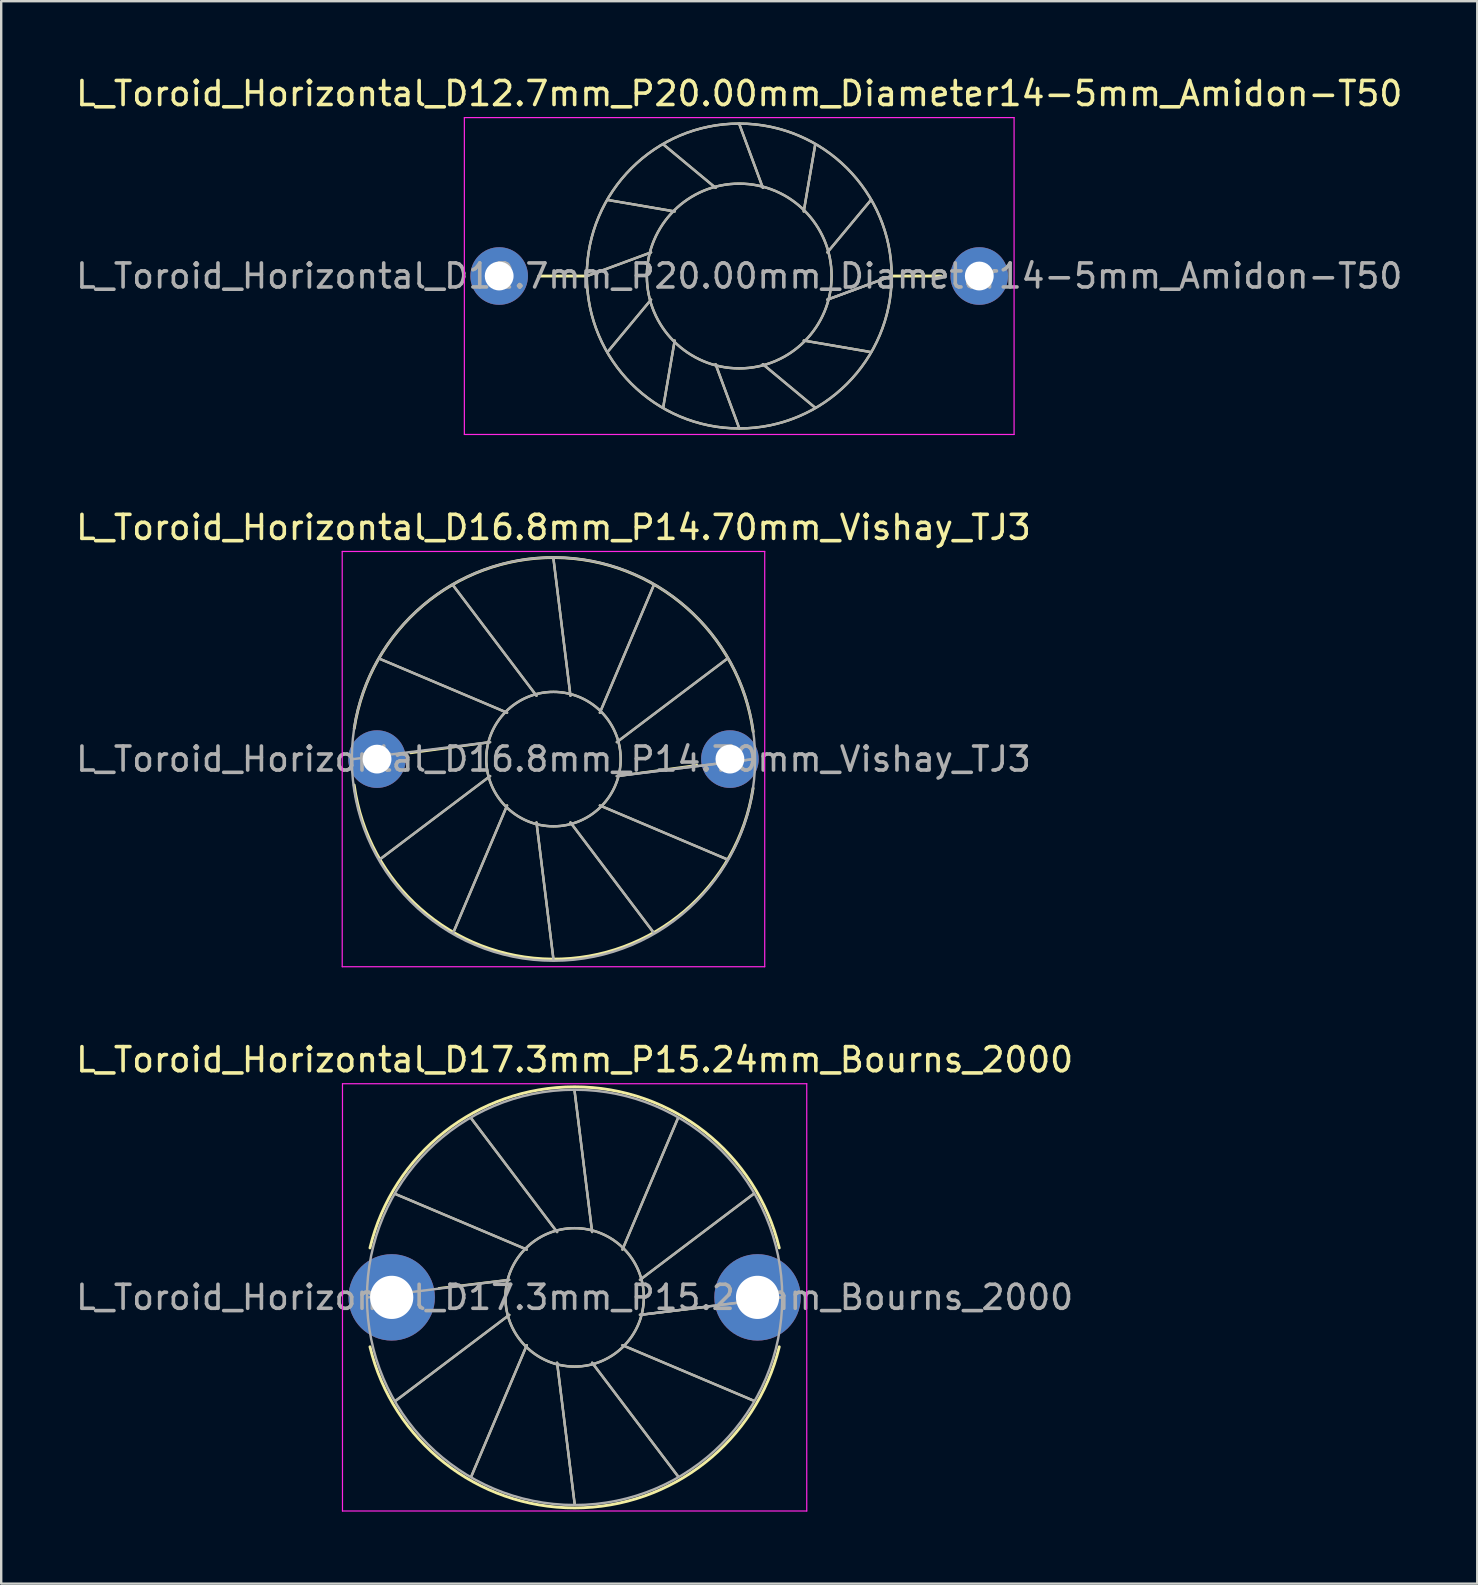
<source format=kicad_pcb>
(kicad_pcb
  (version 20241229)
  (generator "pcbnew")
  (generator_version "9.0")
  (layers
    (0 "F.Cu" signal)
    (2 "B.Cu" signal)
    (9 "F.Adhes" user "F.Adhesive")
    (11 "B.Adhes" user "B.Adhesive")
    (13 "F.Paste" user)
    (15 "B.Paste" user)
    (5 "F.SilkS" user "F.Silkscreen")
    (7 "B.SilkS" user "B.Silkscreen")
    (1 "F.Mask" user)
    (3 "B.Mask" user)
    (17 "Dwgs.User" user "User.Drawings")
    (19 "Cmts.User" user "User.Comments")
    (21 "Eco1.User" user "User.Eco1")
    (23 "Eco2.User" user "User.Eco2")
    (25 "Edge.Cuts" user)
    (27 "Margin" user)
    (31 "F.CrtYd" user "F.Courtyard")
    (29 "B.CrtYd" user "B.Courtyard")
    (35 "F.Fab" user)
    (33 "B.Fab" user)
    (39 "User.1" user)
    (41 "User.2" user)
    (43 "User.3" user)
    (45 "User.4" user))
  (footprint "L_Toroid_Horizontal_D12.7mm_P20.00mm_Diameter14-5mm_Amidon-T50"
    (layer "F.Cu")
    (at 17.744 8.448)
    (property "Reference" "L_Toroid_Horizontal_D12.7mm_P20.00mm_Diameter14-5mm_Amidon-T50" (at 10 -7.6 0) (layer "F.SilkS") (effects (font (size 1 1) (thickness 0.15))))
    (attr through_hole)
    (fp_line (start 3.65 0) (end 1.651 0) (stroke (width 0.12) (type solid)) (layer "F.SilkS"))
    (fp_line (start 3.659 0.001) (end 6.327 -0.984) (stroke (width 0.1) (type solid)) (layer "F.SilkS"))
    (fp_line (start 4.509 -3.17) (end 7.311 -2.689) (stroke (width 0.1) (type solid)) (layer "F.SilkS"))
    (fp_line (start 4.509 3.171) (end 6.327 0.985) (stroke (width 0.1) (type solid)) (layer "F.SilkS"))
    (fp_line (start 6.829 -5.491) (end 9.015 -3.673) (stroke (width 0.1) (type solid)) (layer "F.SilkS"))
    (fp_line (start 6.83 5.491) (end 7.311 2.689) (stroke (width 0.1) (type solid)) (layer "F.SilkS"))
    (fp_line (start 9.999 -6.341) (end 10.984 -3.673) (stroke (width 0.1) (type solid)) (layer "F.SilkS"))
    (fp_line (start 10 6.341) (end 9.016 3.673) (stroke (width 0.1) (type solid)) (layer "F.SilkS"))
    (fp_line (start 13.169 -5.492) (end 12.688 -2.689) (stroke (width 0.1) (type solid)) (layer "F.SilkS"))
    (fp_line (start 13.17 5.491) (end 10.984 3.673) (stroke (width 0.1) (type solid)) (layer "F.SilkS"))
    (fp_line (start 15.491 -3.171) (end 13.673 -0.985) (stroke (width 0.1) (type solid)) (layer "F.SilkS"))
    (fp_line (start 15.491 3.17) (end 12.689 2.689) (stroke (width 0.1) (type solid)) (layer "F.SilkS"))
    (fp_line (start 16.341 0) (end 13.673 0.984) (stroke (width 0.1) (type solid)) (layer "F.SilkS"))
    (fp_line (start 16.35 0) (end 18.415 0) (stroke (width 0.12) (type solid)) (layer "F.SilkS"))
    (fp_circle (center 10 0) (end 13.848 0) (stroke (width 0.1) (type solid)) (fill no) (layer "F.SilkS"))
    (fp_circle (center 10 0) (end 16.35 0) (stroke (width 0.1) (type solid)) (fill no) (layer "F.SilkS"))
    (fp_line (start -1.45 -6.6) (end -1.45 6.6) (stroke (width 0.05) (type solid)) (layer "F.CrtYd"))
    (fp_line (start -1.45 6.6) (end 21.45 6.6) (stroke (width 0.05) (type solid)) (layer "F.CrtYd"))
    (fp_line (start 21.45 -6.6) (end -1.45 -6.6) (stroke (width 0.05) (type solid)) (layer "F.CrtYd"))
    (fp_line (start 21.45 6.6) (end 21.45 -6.6) (stroke (width 0.05) (type solid)) (layer "F.CrtYd"))
    (fp_line (start 3.659 0.001) (end 6.327 -0.984) (stroke (width 0.1) (type solid)) (layer "F.Fab"))
    (fp_line (start 4.509 -3.17) (end 7.311 -2.689) (stroke (width 0.1) (type solid)) (layer "F.Fab"))
    (fp_line (start 4.509 3.171) (end 6.327 0.985) (stroke (width 0.1) (type solid)) (layer "F.Fab"))
    (fp_line (start 6.829 -5.491) (end 9.015 -3.673) (stroke (width 0.1) (type solid)) (layer "F.Fab"))
    (fp_line (start 6.83 5.491) (end 7.311 2.689) (stroke (width 0.1) (type solid)) (layer "F.Fab"))
    (fp_line (start 9.999 -6.341) (end 10.984 -3.673) (stroke (width 0.1) (type solid)) (layer "F.Fab"))
    (fp_line (start 10 6.341) (end 9.016 3.673) (stroke (width 0.1) (type solid)) (layer "F.Fab"))
    (fp_line (start 13.169 -5.492) (end 12.688 -2.689) (stroke (width 0.1) (type solid)) (layer "F.Fab"))
    (fp_line (start 13.17 5.491) (end 10.984 3.673) (stroke (width 0.1) (type solid)) (layer "F.Fab"))
    (fp_line (start 15.491 -3.171) (end 13.673 -0.985) (stroke (width 0.1) (type solid)) (layer "F.Fab"))
    (fp_line (start 15.491 3.17) (end 12.689 2.689) (stroke (width 0.1) (type solid)) (layer "F.Fab"))
    (fp_line (start 16.341 -0.001) (end 13.673 0.983) (stroke (width 0.1) (type solid)) (layer "F.Fab"))
    (fp_line (start 16.341 0) (end 13.673 0.984) (stroke (width 0.1) (type solid)) (layer "F.Fab"))
    (fp_circle (center 10 0) (end 13.848 0) (stroke (width 0.1) (type solid)) (fill no) (layer "F.Fab"))
    (fp_circle (center 10 0) (end 16.35 0) (stroke (width 0.1) (type solid)) (fill no) (layer "F.Fab"))
    (fp_text user "${REFERENCE}" (at 10 0 0) (layer "F.Fab") (effects (font (size 1 1) (thickness 0.15))))
    (pad "1" thru_hole circle (at 0 0) (size 2.4 2.4) (drill 1.2) (layers "*.Cu" "*.Mask"))
    (pad "2" thru_hole circle (at 20 0) (size 2.4 2.4) (drill 1.2) (layers "*.Cu" "*.Mask")))
  (footprint "L_Toroid_Horizontal_D16.8mm_P14.70mm_Vishay_TJ3"
    (layer "F.Cu")
    (at 12.656 28.572)
    (property "Reference" "L_Toroid_Horizontal_D16.8mm_P14.70mm_Vishay_TJ3" (at 7.35 -9.65 0) (layer "F.SilkS") (effects (font (size 1 1) (thickness 0.15))))
    (attr through_hole)
    (fp_line (start 0.119 -4.174) (end 5.417 -1.933) (stroke (width 0.1) (type solid)) (layer "F.SilkS"))
    (fp_line (start 0.119 4.175) (end 4.71 0.708) (stroke (width 0.1) (type solid)) (layer "F.SilkS"))
    (fp_line (start 1.397 -0.254) (end 4.709 -0.707) (stroke (width 0.1) (type solid)) (layer "F.SilkS"))
    (fp_line (start 3.174 -7.23) (end 6.642 -2.64) (stroke (width 0.1) (type solid)) (layer "F.SilkS"))
    (fp_line (start 3.176 7.231) (end 5.417 1.933) (stroke (width 0.1) (type solid)) (layer "F.SilkS"))
    (fp_line (start 7.349 -8.35) (end 8.057 -2.641) (stroke (width 0.1) (type solid)) (layer "F.SilkS"))
    (fp_line (start 7.35 8.35) (end 6.643 2.64) (stroke (width 0.1) (type solid)) (layer "F.SilkS"))
    (fp_line (start 11.524 -7.232) (end 9.283 -1.933) (stroke (width 0.1) (type solid)) (layer "F.SilkS"))
    (fp_line (start 11.525 7.231) (end 8.058 2.64) (stroke (width 0.1) (type solid)) (layer "F.SilkS"))
    (fp_line (start 13.335 0.254) (end 9.99 0.707) (stroke (width 0.1) (type solid)) (layer "F.SilkS"))
    (fp_line (start 14.58 -4.176) (end 9.99 -0.708) (stroke (width 0.1) (type solid)) (layer "F.SilkS"))
    (fp_line (start 14.581 4.175) (end 9.283 1.933) (stroke (width 0.1) (type solid)) (layer "F.SilkS"))
    (fp_arc (start -0.949019 -1.276773) (mid 7.417592 -8.396386) (end 15.668499 -1.142999) (stroke (width 0.12) (type solid)) (layer "F.SilkS"))
    (fp_arc (start 15.665019 1.213273) (mid 7.298408 8.332886) (end -0.952499 1.079499) (stroke (width 0.12) (type solid)) (layer "F.SilkS"))
    (fp_circle (center 7.35 0) (end 10.15 0) (stroke (width 0.1) (type solid)) (fill no) (layer "F.SilkS"))
    (fp_line (start -1.45 -8.65) (end -1.45 8.65) (stroke (width 0.05) (type solid)) (layer "F.CrtYd"))
    (fp_line (start -1.45 8.65) (end 16.15 8.65) (stroke (width 0.05) (type solid)) (layer "F.CrtYd"))
    (fp_line (start 16.15 -8.65) (end -1.45 -8.65) (stroke (width 0.05) (type solid)) (layer "F.CrtYd"))
    (fp_line (start 16.15 8.65) (end 16.15 -8.65) (stroke (width 0.05) (type solid)) (layer "F.CrtYd"))
    (fp_line (start -1 0.001) (end 4.709 -0.707) (stroke (width 0.1) (type solid)) (layer "F.Fab"))
    (fp_line (start 0.119 -4.174) (end 5.417 -1.933) (stroke (width 0.1) (type solid)) (layer "F.Fab"))
    (fp_line (start 0.119 4.175) (end 4.71 0.708) (stroke (width 0.1) (type solid)) (layer "F.Fab"))
    (fp_line (start 3.174 -7.23) (end 6.642 -2.64) (stroke (width 0.1) (type solid)) (layer "F.Fab"))
    (fp_line (start 3.176 7.231) (end 5.417 1.933) (stroke (width 0.1) (type solid)) (layer "F.Fab"))
    (fp_line (start 7.349 -8.35) (end 8.057 -2.641) (stroke (width 0.1) (type solid)) (layer "F.Fab"))
    (fp_line (start 7.35 8.35) (end 6.643 2.64) (stroke (width 0.1) (type solid)) (layer "F.Fab"))
    (fp_line (start 11.524 -7.232) (end 9.283 -1.933) (stroke (width 0.1) (type solid)) (layer "F.Fab"))
    (fp_line (start 11.525 7.231) (end 8.058 2.64) (stroke (width 0.1) (type solid)) (layer "F.Fab"))
    (fp_line (start 14.58 -4.176) (end 9.99 -0.708) (stroke (width 0.1) (type solid)) (layer "F.Fab"))
    (fp_line (start 14.581 4.175) (end 9.283 1.933) (stroke (width 0.1) (type solid)) (layer "F.Fab"))
    (fp_line (start 15.7 -0.002) (end 9.991 0.707) (stroke (width 0.1) (type solid)) (layer "F.Fab"))
    (fp_line (start 15.7 0) (end 9.99 0.707) (stroke (width 0.1) (type solid)) (layer "F.Fab"))
    (fp_circle (center 7.35 0) (end 10.15 0) (stroke (width 0.1) (type solid)) (fill no) (layer "F.Fab"))
    (fp_circle (center 7.35 0) (end 15.75 0) (stroke (width 0.1) (type solid)) (fill no) (layer "F.Fab"))
    (fp_text user "${REFERENCE}" (at 7.35 0 0) (layer "F.Fab") (effects (font (size 1 1) (thickness 0.15))))
    (pad "1" thru_hole circle (at 0 0) (size 2.4 2.4) (drill 1.2) (layers "*.Cu" "*.Mask"))
    (pad "2" thru_hole circle (at 14.7 0) (size 2.4 2.4) (drill 1.2) (layers "*.Cu" "*.Mask")))
  (footprint "L_Toroid_Horizontal_D17.3mm_P15.24mm_Bourns_2000"
    (layer "F.Cu")
    (at 13.267 50.995)
    (property "Reference" "L_Toroid_Horizontal_D17.3mm_P15.24mm_Bourns_2000" (at 7.62 -9.9 0) (layer "F.SilkS") (effects (font (size 1 1) (thickness 0.15))))
    (attr through_hole)
    (fp_line (start 0.176 -4.296) (end 5.627 -1.993) (stroke (width 0.1) (type solid)) (layer "F.SilkS"))
    (fp_line (start 0.177 4.298) (end 4.898 0.73) (stroke (width 0.1) (type solid)) (layer "F.SilkS"))
    (fp_line (start 1.968 -0.381) (end 4.897 -0.729) (stroke (width 0.1) (type solid)) (layer "F.SilkS"))
    (fp_line (start 3.322 -7.443) (end 6.89 -2.722) (stroke (width 0.1) (type solid)) (layer "F.SilkS"))
    (fp_line (start 3.323 7.443) (end 5.627 1.993) (stroke (width 0.1) (type solid)) (layer "F.SilkS"))
    (fp_line (start 7.619 -8.595) (end 8.349 -2.723) (stroke (width 0.1) (type solid)) (layer "F.SilkS"))
    (fp_line (start 7.62 8.595) (end 6.891 2.723) (stroke (width 0.1) (type solid)) (layer "F.SilkS"))
    (fp_line (start 11.916 -7.444) (end 9.613 -1.993) (stroke (width 0.1) (type solid)) (layer "F.SilkS"))
    (fp_line (start 11.918 7.443) (end 8.35 2.723) (stroke (width 0.1) (type solid)) (layer "F.SilkS"))
    (fp_line (start 13.208 0.381) (end 10.343 0.729) (stroke (width 0.1) (type solid)) (layer "F.SilkS"))
    (fp_line (start 15.062 -4.299) (end 10.342 -0.73) (stroke (width 0.1) (type solid)) (layer "F.SilkS"))
    (fp_line (start 15.063 4.297) (end 9.613 1.993) (stroke (width 0.1) (type solid)) (layer "F.SilkS"))
    (fp_arc (start -0.904629 -2.06) (mid 7.62 -8.77) (end 16.144629 -2.06) (stroke (width 0.12) (type solid)) (layer "F.SilkS"))
    (fp_arc (start 16.144629 2.06) (mid 7.62 8.77) (end -0.904629 2.06) (stroke (width 0.12) (type solid)) (layer "F.SilkS"))
    (fp_circle (center 7.62 0) (end 10.503 0) (stroke (width 0.1) (type solid)) (fill no) (layer "F.SilkS"))
    (fp_line (start -2.05 -8.9) (end -2.05 8.9) (stroke (width 0.05) (type solid)) (layer "F.CrtYd"))
    (fp_line (start -2.05 8.9) (end 17.29 8.9) (stroke (width 0.05) (type solid)) (layer "F.CrtYd"))
    (fp_line (start 17.29 -8.9) (end -2.05 -8.9) (stroke (width 0.05) (type solid)) (layer "F.CrtYd"))
    (fp_line (start 17.29 8.9) (end 17.29 -8.9) (stroke (width 0.05) (type solid)) (layer "F.CrtYd"))
    (fp_line (start -0.975 0.001) (end 4.897 -0.729) (stroke (width 0.1) (type solid)) (layer "F.Fab"))
    (fp_line (start 0.176 -4.296) (end 5.627 -1.993) (stroke (width 0.1) (type solid)) (layer "F.Fab"))
    (fp_line (start 0.177 4.298) (end 4.898 0.73) (stroke (width 0.1) (type solid)) (layer "F.Fab"))
    (fp_line (start 3.322 -7.443) (end 6.89 -2.722) (stroke (width 0.1) (type solid)) (layer "F.Fab"))
    (fp_line (start 3.323 7.443) (end 5.627 1.993) (stroke (width 0.1) (type solid)) (layer "F.Fab"))
    (fp_line (start 7.619 -8.595) (end 8.349 -2.723) (stroke (width 0.1) (type solid)) (layer "F.Fab"))
    (fp_line (start 7.62 8.595) (end 6.891 2.723) (stroke (width 0.1) (type solid)) (layer "F.Fab"))
    (fp_line (start 11.916 -7.444) (end 9.613 -1.993) (stroke (width 0.1) (type solid)) (layer "F.Fab"))
    (fp_line (start 11.918 7.443) (end 8.35 2.723) (stroke (width 0.1) (type solid)) (layer "F.Fab"))
    (fp_line (start 15.062 -4.299) (end 10.342 -0.73) (stroke (width 0.1) (type solid)) (layer "F.Fab"))
    (fp_line (start 15.063 4.297) (end 9.613 1.993) (stroke (width 0.1) (type solid)) (layer "F.Fab"))
    (fp_line (start 16.215 -0.002) (end 10.343 0.729) (stroke (width 0.1) (type solid)) (layer "F.Fab"))
    (fp_line (start 16.215 0) (end 10.343 0.729) (stroke (width 0.1) (type solid)) (layer "F.Fab"))
    (fp_circle (center 7.62 0) (end 10.503 0) (stroke (width 0.1) (type solid)) (fill no) (layer "F.Fab"))
    (fp_circle (center 7.62 0) (end 16.27 0) (stroke (width 0.1) (type solid)) (fill no) (layer "F.Fab"))
    (fp_text user "${REFERENCE}" (at 7.62 0 0) (layer "F.Fab") (effects (font (size 1 1) (thickness 0.15))))
    (pad "1" thru_hole circle (at 0 0) (size 3.6 3.6) (drill 1.8) (layers "*.Cu" "*.Mask"))
    (pad "2" thru_hole circle (at 15.24 0) (size 3.6 3.6) (drill 1.8) (layers "*.Cu" "*.Mask")))
  (gr_rect
    (start -3 -3)
    (end 58.488 62.92)
    (stroke (width 0.1) (type default))
    (fill no)
    (layer "Edge.Cuts")))
</source>
